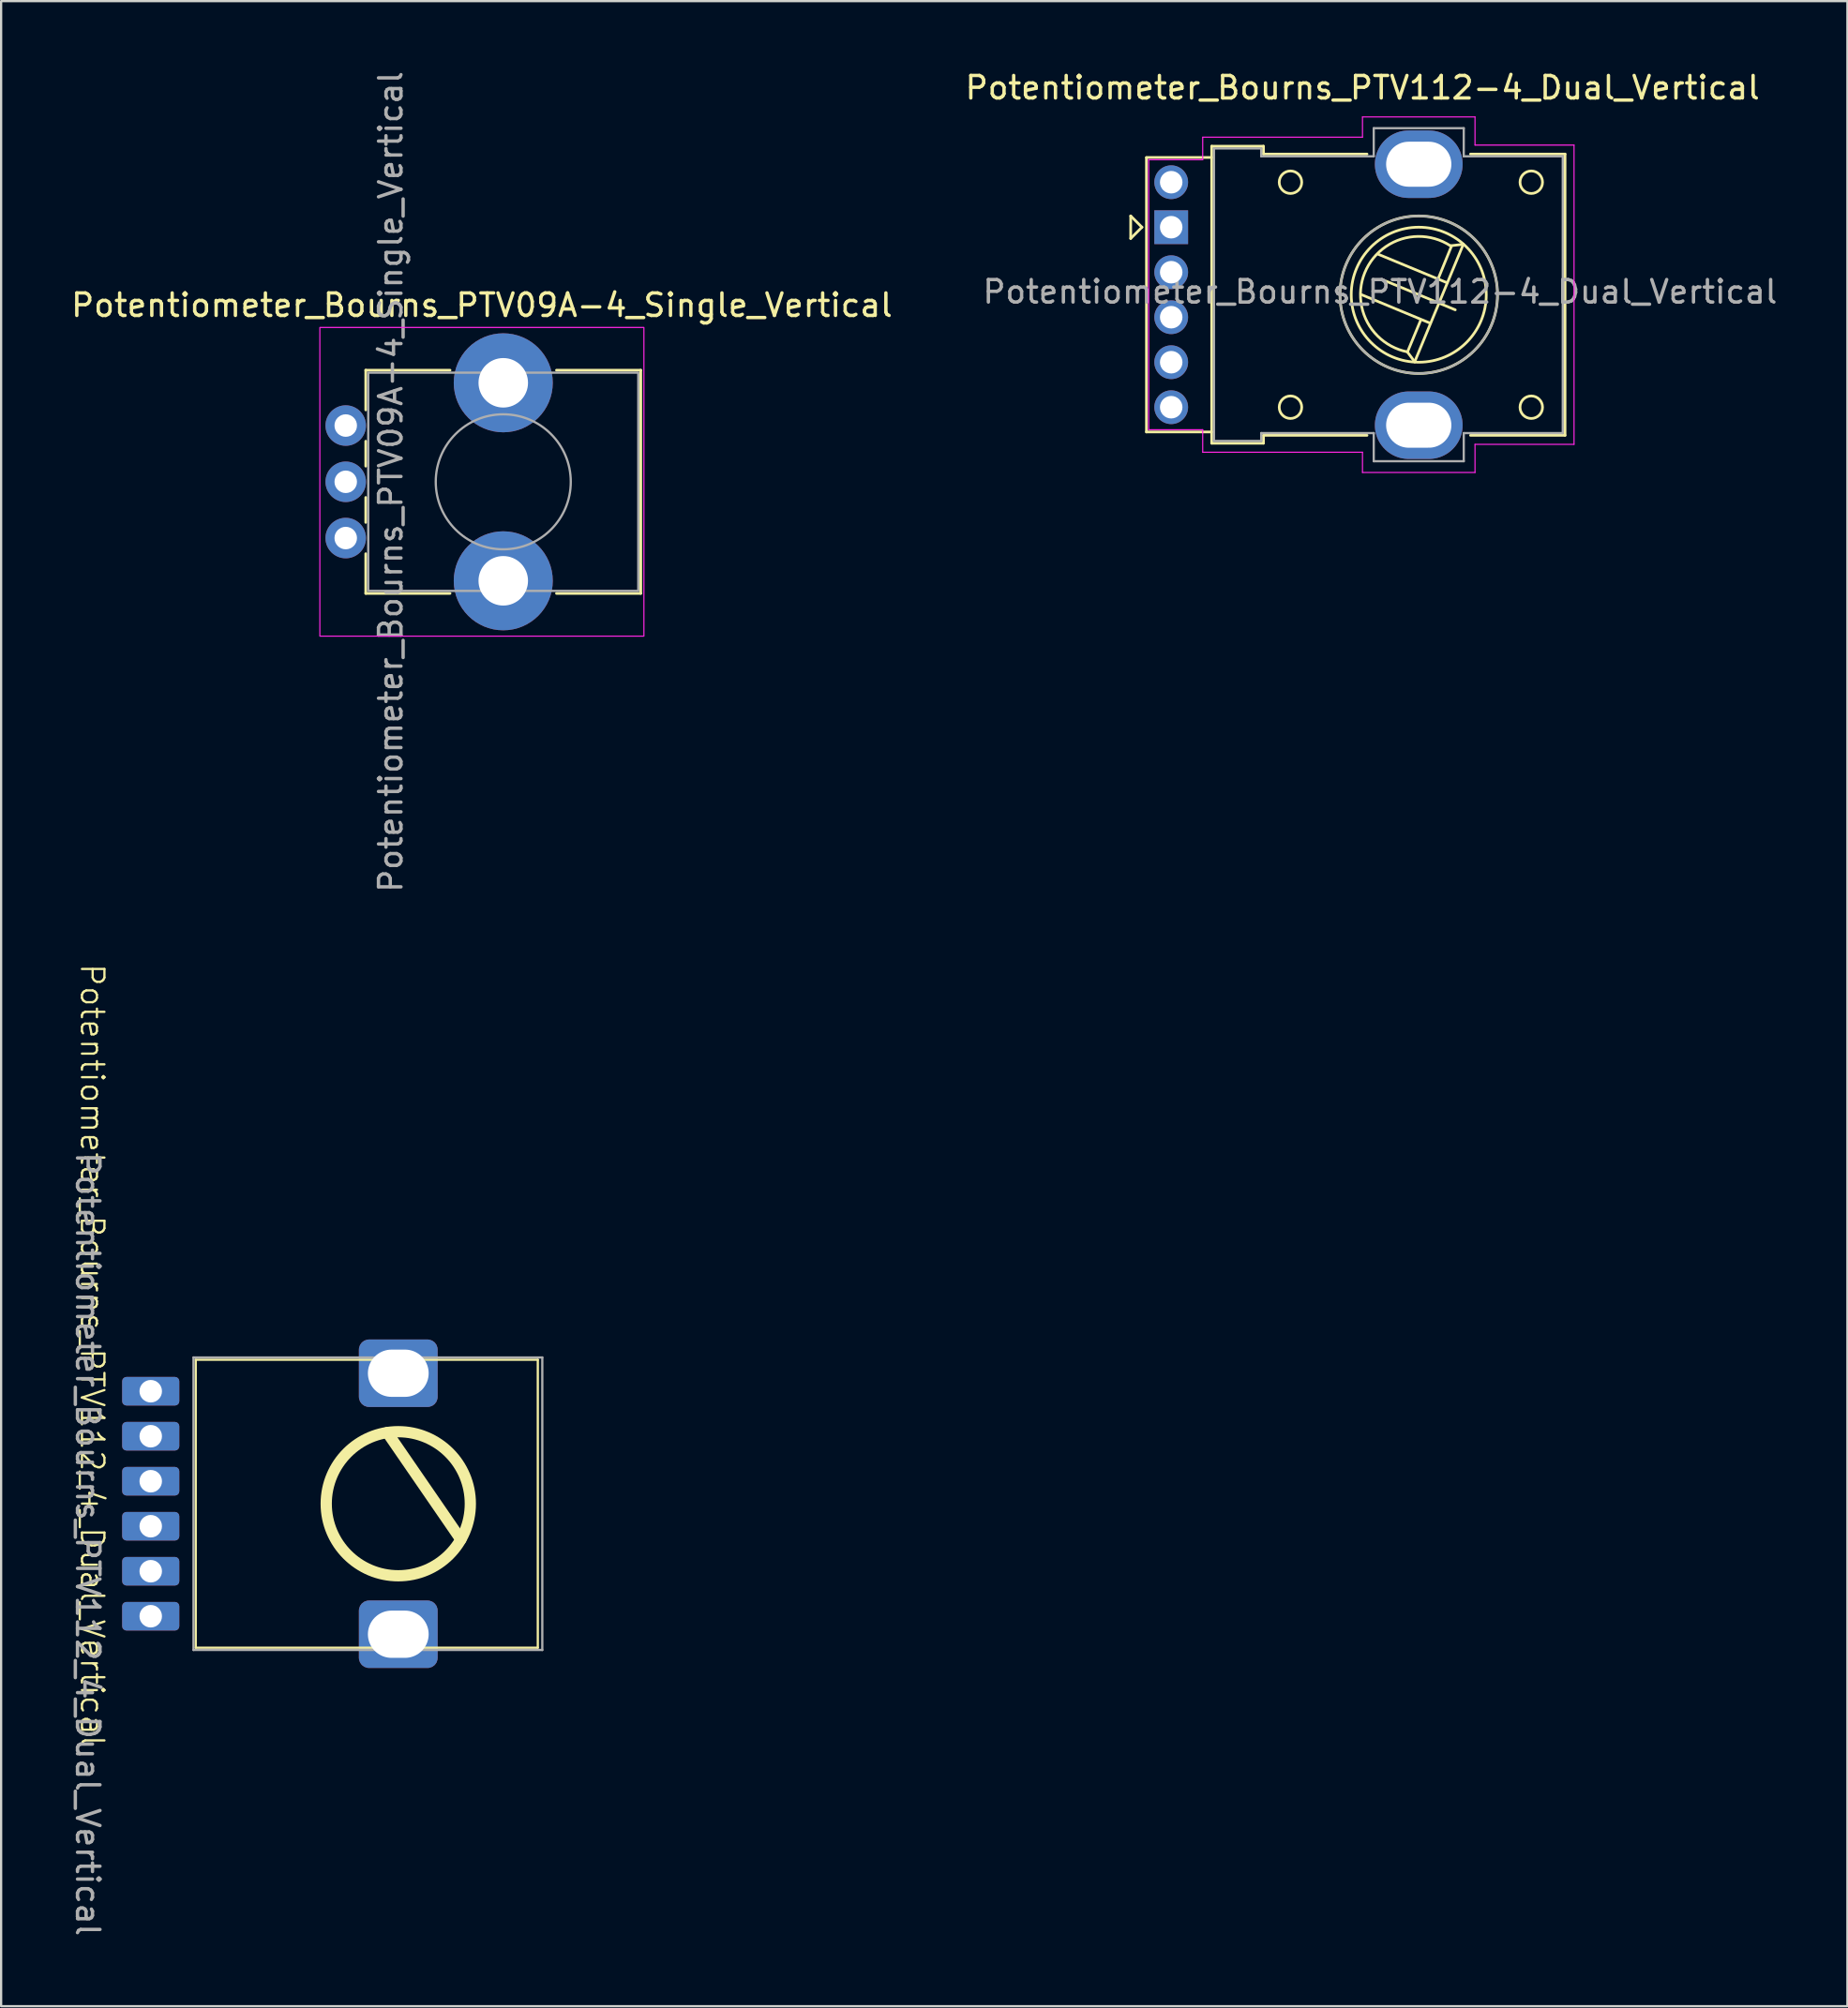
<source format=kicad_pcb>
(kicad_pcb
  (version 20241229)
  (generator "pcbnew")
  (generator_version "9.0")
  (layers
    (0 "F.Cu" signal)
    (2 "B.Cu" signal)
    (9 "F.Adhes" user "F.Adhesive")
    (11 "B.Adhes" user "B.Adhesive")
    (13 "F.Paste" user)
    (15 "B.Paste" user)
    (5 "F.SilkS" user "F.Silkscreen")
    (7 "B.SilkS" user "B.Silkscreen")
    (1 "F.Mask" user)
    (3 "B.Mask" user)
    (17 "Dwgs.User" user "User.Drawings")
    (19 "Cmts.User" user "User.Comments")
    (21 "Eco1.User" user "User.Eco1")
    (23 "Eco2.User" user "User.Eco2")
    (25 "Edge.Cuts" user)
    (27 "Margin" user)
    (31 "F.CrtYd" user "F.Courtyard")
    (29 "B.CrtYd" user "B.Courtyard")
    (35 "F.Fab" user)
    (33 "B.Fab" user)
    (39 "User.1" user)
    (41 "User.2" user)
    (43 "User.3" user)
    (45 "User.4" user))
  (footprint "Potentiometer_Bourns_PTV112-4_Dual_Vertical"
    (layer "F.Cu")
    (at 48.994 7.048)
    (property "Reference" "Potentiometer_Bourns_PTV112-4_Dual_Vertical" (at 8.5 -6.2 0) (layer "F.SilkS") (effects (font (size 1 1) (thickness 0.15))))
    (attr through_hole)
    (fp_line (start -1.8 -0.5) (end -1.8 0.5) (stroke (width 0.12) (type solid)) (layer "F.SilkS"))
    (fp_line (start -1.8 0.5) (end -1.3 0) (stroke (width 0.12) (type solid)) (layer "F.SilkS"))
    (fp_line (start -1.3 0) (end -1.8 -0.5) (stroke (width 0.12) (type solid)) (layer "F.SilkS"))
    (fp_line (start -1.1 -3.09) (end -1.1 9.1) (stroke (width 0.12) (type default)) (layer "F.SilkS"))
    (fp_line (start 1.8 -3.6) (end 1.8 9.6) (stroke (width 0.12) (type default)) (layer "F.SilkS"))
    (fp_line (start 1.8 -3.6) (end 4.1 -3.6) (stroke (width 0.12) (type default)) (layer "F.SilkS"))
    (fp_line (start 1.8 -3.1) (end -1.1 -3.1) (stroke (width 0.12) (type default)) (layer "F.SilkS"))
    (fp_line (start 1.8 9.1) (end -1.1 9.1) (stroke (width 0.12) (type default)) (layer "F.SilkS"))
    (fp_line (start 1.8 9.6) (end 4.1 9.6) (stroke (width 0.12) (type default)) (layer "F.SilkS"))
    (fp_line (start 4.1 -3.25) (end 4.1 -3.6) (stroke (width 0.12) (type default)) (layer "F.SilkS"))
    (fp_line (start 4.1 9.6) (end 4.1 9.25) (stroke (width 0.12) (type default)) (layer "F.SilkS"))
    (fp_line (start 8.46 3) (end 11.52 4.27) (stroke (width 0.12) (type default)) (layer "F.SilkS"))
    (fp_line (start 8.7 -3.25) (end 4.1 -3.25) (stroke (width 0.12) (type default)) (layer "F.SilkS"))
    (fp_line (start 8.7 9.25) (end 4.1 9.25) (stroke (width 0.12) (type default)) (layer "F.SilkS"))
    (fp_line (start 9.204 1.204) (end 12.26 2.47) (stroke (width 0.12) (type default)) (layer "F.SilkS"))
    (fp_line (start 10.492 5.54) (end 10.82 5.98) (stroke (width 0.12) (type default)) (layer "F.SilkS"))
    (fp_line (start 10.82 5.98) (end 12.98 0.76) (stroke (width 0.12) (type default)) (layer "F.SilkS"))
    (fp_line (start 11.087 4.129) (end 10.506 5.529) (stroke (width 0.12) (type default)) (layer "F.SilkS"))
    (fp_line (start 11.864 2.289) (end 12.459 0.829) (stroke (width 0.12) (type default)) (layer "F.SilkS"))
    (fp_line (start 12.407 0.825) (end 12.98 0.76) (stroke (width 0.12) (type default)) (layer "F.SilkS"))
    (fp_line (start 12.622 3.672) (end 9.378 2.328) (stroke (width 0.12) (type default)) (layer "F.SilkS"))
    (fp_line (start 17.5 -3.25) (end 13.3 -3.25) (stroke (width 0.12) (type default)) (layer "F.SilkS"))
    (fp_line (start 17.5 -3.25) (end 17.5 9.25) (stroke (width 0.12) (type default)) (layer "F.SilkS"))
    (fp_line (start 17.5 9.25) (end 13.3 9.25) (stroke (width 0.12) (type default)) (layer "F.SilkS"))
    (fp_arc (start 10.492 5.539999) (mid 8.600141 2.025148) (end 12.407184 0.825261) (stroke (width 0.12) (type default)) (layer "F.SilkS"))
    (fp_circle (center 5.3 -2) (end 5.3 -1.5) (stroke (width 0.12) (type default)) (fill no) (layer "F.SilkS"))
    (fp_circle (center 5.3 8) (end 5.3 8.5) (stroke (width 0.12) (type default)) (fill no) (layer "F.SilkS"))
    (fp_circle (center 11 3) (end 11 6) (stroke (width 0.12) (type default)) (fill no) (layer "F.SilkS"))
    (fp_circle (center 11 3) (end 11 6.5) (stroke (width 0.12) (type default)) (fill no) (layer "F.SilkS"))
    (fp_circle (center 16 -2) (end 16 -1.5) (stroke (width 0.12) (type default)) (fill no) (layer "F.SilkS"))
    (fp_circle (center 16 8) (end 16 8.5) (stroke (width 0.12) (type default)) (fill no) (layer "F.SilkS"))
    (fp_line (start -1 -3) (end -1 9) (stroke (width 0.05) (type default)) (layer "F.CrtYd"))
    (fp_line (start 1.4 -4) (end 8.5 -4) (stroke (width 0.05) (type default)) (layer "F.CrtYd"))
    (fp_line (start 1.4 -3) (end -1 -3) (stroke (width 0.05) (type default)) (layer "F.CrtYd"))
    (fp_line (start 1.4 -3) (end 1.4 -4) (stroke (width 0.05) (type default)) (layer "F.CrtYd"))
    (fp_line (start 1.4 9) (end -1 9) (stroke (width 0.05) (type default)) (layer "F.CrtYd"))
    (fp_line (start 1.4 9) (end 1.4 10) (stroke (width 0.05) (type default)) (layer "F.CrtYd"))
    (fp_line (start 1.4 10) (end 8.5 10) (stroke (width 0.05) (type default)) (layer "F.CrtYd"))
    (fp_line (start 8.5 -4) (end 8.5 -4.9) (stroke (width 0.05) (type default)) (layer "F.CrtYd"))
    (fp_line (start 8.5 10) (end 8.5 10.9) (stroke (width 0.05) (type default)) (layer "F.CrtYd"))
    (fp_line (start 13.5 -4.9) (end 8.5 -4.9) (stroke (width 0.05) (type default)) (layer "F.CrtYd"))
    (fp_line (start 13.5 -3.65) (end 13.5 -4.9) (stroke (width 0.05) (type default)) (layer "F.CrtYd"))
    (fp_line (start 13.5 9.65) (end 13.5 10.9) (stroke (width 0.05) (type default)) (layer "F.CrtYd"))
    (fp_line (start 13.5 10.9) (end 8.5 10.9) (stroke (width 0.05) (type default)) (layer "F.CrtYd"))
    (fp_line (start 17.9 -3.65) (end 13.5 -3.65) (stroke (width 0.05) (type default)) (layer "F.CrtYd"))
    (fp_line (start 17.9 -3.65) (end 17.9 9.65) (stroke (width 0.05) (type default)) (layer "F.CrtYd"))
    (fp_line (start 17.9 9.65) (end 13.5 9.65) (stroke (width 0.05) (type default)) (layer "F.CrtYd"))
    (fp_line (start 1.9 -3.5) (end 4 -3.5) (stroke (width 0.1) (type default)) (layer "F.Fab"))
    (fp_line (start 1.9 9.5) (end 1.9 -3.5) (stroke (width 0.1) (type default)) (layer "F.Fab"))
    (fp_line (start 4 -3.5) (end 4 -3.15) (stroke (width 0.1) (type default)) (layer "F.Fab"))
    (fp_line (start 4 -3.15) (end 9 -3.15) (stroke (width 0.1) (type default)) (layer "F.Fab"))
    (fp_line (start 4 9.15) (end 4 9.5) (stroke (width 0.1) (type default)) (layer "F.Fab"))
    (fp_line (start 4 9.5) (end 1.9 9.5) (stroke (width 0.1) (type default)) (layer "F.Fab"))
    (fp_line (start 9 -4.4) (end 9 -3.15) (stroke (width 0.1) (type default)) (layer "F.Fab"))
    (fp_line (start 9 9.15) (end 4 9.15) (stroke (width 0.1) (type default)) (layer "F.Fab"))
    (fp_line (start 9 10.4) (end 9 9.15) (stroke (width 0.1) (type default)) (layer "F.Fab"))
    (fp_line (start 13 -4.4) (end 9 -4.4) (stroke (width 0.1) (type default)) (layer "F.Fab"))
    (fp_line (start 13 -4.4) (end 13 -3.15) (stroke (width 0.1) (type default)) (layer "F.Fab"))
    (fp_line (start 13 -3.15) (end 17.4 -3.15) (stroke (width 0.1) (type default)) (layer "F.Fab"))
    (fp_line (start 13 10.4) (end 9 10.4) (stroke (width 0.1) (type default)) (layer "F.Fab"))
    (fp_line (start 13 10.4) (end 13 9.15) (stroke (width 0.1) (type default)) (layer "F.Fab"))
    (fp_line (start 17.4 -3.15) (end 17.4 9.15) (stroke (width 0.1) (type default)) (layer "F.Fab"))
    (fp_line (start 17.4 9.15) (end 13 9.15) (stroke (width 0.1) (type default)) (layer "F.Fab"))
    (fp_circle (center 11 3) (end 14.5 3) (stroke (width 0.1) (type default)) (fill no) (layer "F.Fab"))
    (fp_text user "${REFERENCE}" (at 9.28 2.87 0) (layer "F.Fab") (effects (font (size 1 1) (thickness 0.15))))
    (pad "1" thru_hole rect (at 0 0 270) (size 1.5 1.5) (drill 1) (layers "*.Cu" "*.Mask"))
    (pad "2" thru_hole circle (at 0 -2 270) (size 1.5 1.5) (drill 1) (layers "*.Cu" "*.Mask"))
    (pad "3" thru_hole circle (at 0 8 270) (size 1.5 1.5) (drill 1) (layers "*.Cu" "*.Mask"))
    (pad "4" thru_hole circle (at 0 2 270) (size 1.5 1.5) (drill 1) (layers "*.Cu" "*.Mask"))
    (pad "5" thru_hole circle (at 0 4 270) (size 1.5 1.5) (drill 1) (layers "*.Cu" "*.Mask"))
    (pad "6" thru_hole circle (at 0 6 270) (size 1.5 1.5) (drill 1) (layers "*.Cu" "*.Mask"))
    (pad "SH1" thru_hole oval (at 11 -2.8 270) (size 3 3.9) (drill oval 2 2.9) (layers "*.Cu" "*.Mask"))
    (pad "SH2" thru_hole oval (at 11 8.8 270) (size 3 3.9) (drill oval 2 2.9) (layers "*.Cu" "*.Mask"))
    (zone (net_name "") (layer "F.Cu") (hatch edge 0.5) (connect_pads) (min_thickness 0.25) (filled_areas_thickness no) (keepout (tracks not_allowed) (vias not_allowed) (pads allowed) (copperpour not_allowed) (footprints not_allowed)) (placement (enabled no)) (fill) (polygon (pts (xy 66.344 3.248) (xy 66.344 5.048) (xy 52.944 5.048) (xy 52.944 3.248))))
    (zone (net_name "") (layer "F.Cu") (hatch edge 0.5) (connect_pads) (min_thickness 0.25) (filled_areas_thickness no) (keepout (tracks not_allowed) (vias not_allowed) (pads allowed) (copperpour not_allowed) (footprints not_allowed)) (placement (enabled no)) (fill) (polygon (pts (xy 66.344 15.048) (xy 66.344 16.848) (xy 52.944 16.848) (xy 52.944 15.048)))))
  (footprint "Potentiometer_Bourns_PTV09A-4_Single_Vertical"
    (layer "F.Cu")
    (at 12.313 20.863)
    (property "Reference" "Potentiometer_Bourns_PTV09A-4_Single_Vertical" (at 6.05 -10.35 0) (layer "F.SilkS") (effects (font (size 1 1) (thickness 0.15))))
    (attr through_hole)
    (fp_line (start 0.89 -7.46) (end 4.635 -7.46) (stroke (width 0.12) (type solid)) (layer "F.SilkS"))
    (fp_line (start 0.89 -5.696) (end 0.89 -7.46) (stroke (width 0.12) (type solid)) (layer "F.SilkS"))
    (fp_line (start 0.89 -3.196) (end 0.89 -4.304) (stroke (width 0.12) (type solid)) (layer "F.SilkS"))
    (fp_line (start 0.89 -0.696) (end 0.89 -1.804) (stroke (width 0.12) (type solid)) (layer "F.SilkS"))
    (fp_line (start 0.89 2.46) (end 0.89 0.696) (stroke (width 0.12) (type solid)) (layer "F.SilkS"))
    (fp_line (start 4.635 2.46) (end 0.89 2.46) (stroke (width 0.12) (type solid)) (layer "F.SilkS"))
    (fp_line (start 9.365 -7.46) (end 13.11 -7.46) (stroke (width 0.12) (type solid)) (layer "F.SilkS"))
    (fp_line (start 13.11 -7.46) (end 13.11 2.46) (stroke (width 0.12) (type solid)) (layer "F.SilkS"))
    (fp_line (start 13.11 2.46) (end 9.365 2.46) (stroke (width 0.12) (type solid)) (layer "F.SilkS"))
    (fp_rect (start -1.15 -9.36) (end 13.25 4.36) (stroke (width 0.05) (type solid)) (fill no) (layer "F.CrtYd"))
    (fp_rect (start 1 -7.35) (end 13 2.35) (stroke (width 0.1) (type solid)) (fill no) (layer "F.Fab"))
    (fp_circle (center 7 -2.5) (end 10 -2.5) (stroke (width 0.1) (type solid)) (fill no) (layer "F.Fab"))
    (fp_text user "${REFERENCE}" (at 2 -2.5 90) (layer "F.Fab") (effects (font (size 1 1) (thickness 0.15))))
    (pad "1" thru_hole circle (at 0 0) (size 1.8 1.8) (drill 1) (layers "*.Cu" "*.Mask"))
    (pad "2" thru_hole circle (at 0 -2.5) (size 1.8 1.8) (drill 1) (layers "*.Cu" "*.Mask"))
    (pad "3" thru_hole circle (at 0 -5) (size 1.8 1.8) (drill 1) (layers "*.Cu" "*.Mask"))
    (pad "MP" thru_hole circle (at 7 -6.9) (size 4.4 4.4) (drill 2.2) (layers "*.Cu" "*.Mask"))
    (pad "MP" thru_hole circle (at 7 1.9) (size 4.4 4.4) (drill 2.2) (layers "*.Cu" "*.Mask")))
  (footprint "Potentiometer_Bourns_PTV112_4_Dual_Vertical"
    (layer "F.Cu")
    (at 3.648 60.781)
    (property "Reference" "Potentiometer_Bourns_PTV112_4_Dual_Vertical" (at -2.6 -3.6 270) (unlocked yes) (layer "F.SilkS") (effects (font (size 1 1) (thickness 0.1))))
    (attr through_hole)
    (fp_line (start 2 -3.4) (end 17.2 -3.4) (stroke (width 0.1) (type default)) (layer "F.SilkS"))
    (fp_line (start 2 9.4) (end 2 -3.4) (stroke (width 0.1) (type default)) (layer "F.SilkS"))
    (fp_line (start 10.512 -0.164) (end 13.78 4.588) (stroke (width 0.5) (type solid)) (layer "F.SilkS"))
    (fp_line (start 17.2 -3.4) (end 17.2 9.4) (stroke (width 0.1) (type default)) (layer "F.SilkS"))
    (fp_line (start 17.2 9.4) (end 2 9.4) (stroke (width 0.1) (type default)) (layer "F.SilkS"))
    (fp_circle (center 11 3) (end 14.202 3) (stroke (width 0.5) (type solid)) (fill no) (layer "F.SilkS"))
    (fp_line (start 1.9 -3.5) (end 1.9 9.5) (stroke (width 0.1) (type solid)) (layer "F.Fab"))
    (fp_line (start 1.9 -3.5) (end 17.4 -3.5) (stroke (width 0.1) (type solid)) (layer "F.Fab"))
    (fp_line (start 1.9 9.5) (end 17.4 9.5) (stroke (width 0.1) (type solid)) (layer "F.Fab"))
    (fp_line (start 17.4 -3.5) (end 17.4 9.5) (stroke (width 0.1) (type solid)) (layer "F.Fab"))
    (fp_text user "${REFERENCE}" (at -2.8 4.8 270) (unlocked yes) (layer "F.Fab") (effects (font (size 1 1) (thickness 0.15))))
    (pad "1" thru_hole roundrect (at 0 0) (size 2.54 1.27) (drill 1) (layers "*.Cu" "*.Mask") (roundrect_rratio 0.15))
    (pad "2" thru_hole roundrect (at 0 -2) (size 2.54 1.27) (drill 1) (layers "*.Cu" "*.Mask") (roundrect_rratio 0.15))
    (pad "3" thru_hole roundrect (at 0 8) (size 2.54 1.27) (drill 1) (layers "*.Cu" "*.Mask") (roundrect_rratio 0.15))
    (pad "4" thru_hole roundrect (at 0 2) (size 2.54 1.27) (drill 1) (layers "*.Cu" "*.Mask") (roundrect_rratio 0.15))
    (pad "5" thru_hole roundrect (at 0 4) (size 2.54 1.27) (drill 1) (layers "*.Cu" "*.Mask") (roundrect_rratio 0.15))
    (pad "6" thru_hole roundrect (at 0 6) (size 2.54 1.27) (drill 1) (layers "*.Cu" "*.Mask") (roundrect_rratio 0.15))
    (pad "S1" thru_hole roundrect (at 11 -2.8) (size 3.5 3) (drill oval 2.7 2.1) (layers "*.Cu" "*.Mask") (roundrect_rratio 0.15))
    (pad "S2" thru_hole roundrect (at 11 8.8) (size 3.5 3) (drill oval 2.7 2.1) (layers "*.Cu" "*.Mask") (roundrect_rratio 0.15)))
  (gr_rect
    (start -3 -3)
    (end 79.042 86.111)
    (stroke (width 0.1) (type default))
    (fill no)
    (layer "Edge.Cuts")))
</source>
